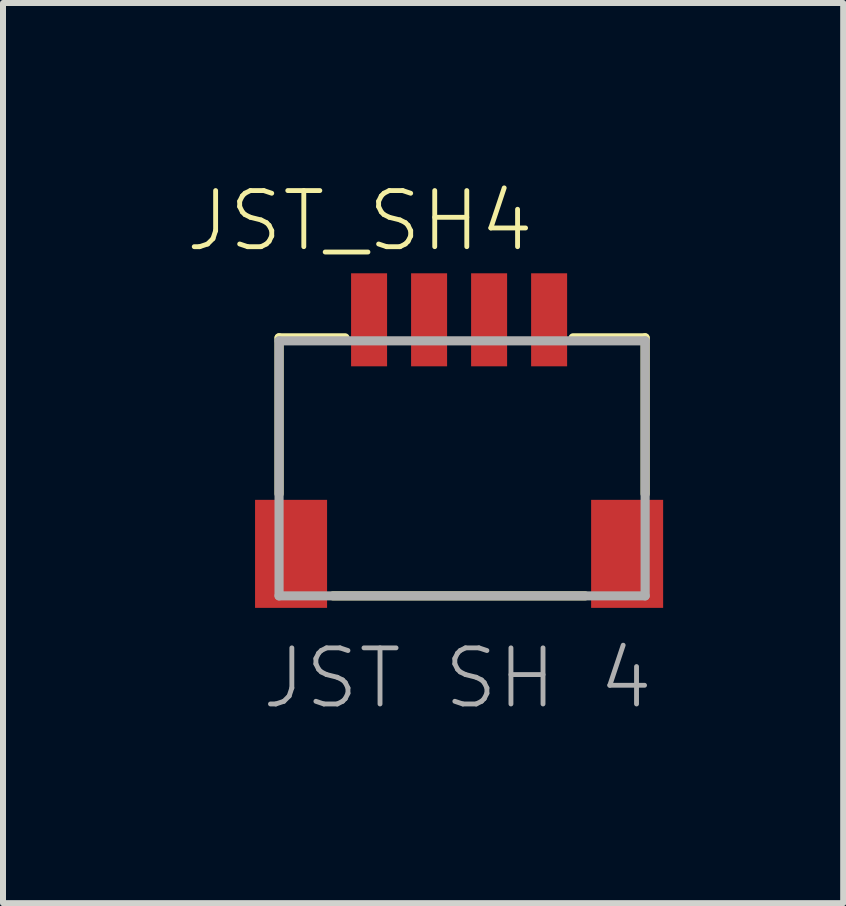
<source format=kicad_pcb>
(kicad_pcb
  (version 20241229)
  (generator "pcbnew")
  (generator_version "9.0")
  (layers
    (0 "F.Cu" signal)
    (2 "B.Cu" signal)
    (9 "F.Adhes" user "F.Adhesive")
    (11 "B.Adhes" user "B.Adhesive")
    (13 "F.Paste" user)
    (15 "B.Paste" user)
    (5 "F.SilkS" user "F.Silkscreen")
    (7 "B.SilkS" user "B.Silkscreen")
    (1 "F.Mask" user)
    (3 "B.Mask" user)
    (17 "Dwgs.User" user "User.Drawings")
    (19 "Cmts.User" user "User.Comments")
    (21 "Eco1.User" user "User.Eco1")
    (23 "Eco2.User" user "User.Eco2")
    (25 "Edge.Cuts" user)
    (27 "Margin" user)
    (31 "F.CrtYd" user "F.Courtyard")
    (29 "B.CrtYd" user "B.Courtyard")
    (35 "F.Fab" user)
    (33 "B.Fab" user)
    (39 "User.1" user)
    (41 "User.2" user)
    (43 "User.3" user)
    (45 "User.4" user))
  (footprint "JST_SH4"
    (layer "F.Cu")
    (at 4.6 4.793)
    (property "Reference" "JST_SH4" (at -4.6 -3.614 0) (unlocked yes) (layer "F.SilkS") (effects (font (size 0.935 0.935) (thickness 0.081)) (justify left bottom)))
    (fp_line (start -3 -2.214) (end -1.9 -2.214) (stroke (width 0.152) (type solid)) (layer "F.SilkS"))
    (fp_line (start -3 0.386) (end -3 -2.214) (stroke (width 0.152) (type solid)) (layer "F.SilkS"))
    (fp_line (start -2.1 2.086) (end 2.1 2.086) (stroke (width 0.152) (type solid)) (layer "F.SilkS"))
    (fp_line (start 1.9 -2.214) (end 3.1 -2.214) (stroke (width 0.152) (type solid)) (layer "F.SilkS"))
    (fp_line (start 3.1 -2.214) (end 3.1 0.386) (stroke (width 0.152) (type solid)) (layer "F.SilkS"))
    (fp_line (start -3 -2.164) (end 3.1 -2.164) (stroke (width 0.152) (type solid)) (layer "F.Fab"))
    (fp_line (start -3 2.086) (end -3 -2.164) (stroke (width 0.152) (type solid)) (layer "F.Fab"))
    (fp_line (start 3.1 -2.164) (end 3.1 2.086) (stroke (width 0.152) (type solid)) (layer "F.Fab"))
    (fp_line (start 3.1 2.086) (end -3 2.086) (stroke (width 0.152) (type solid)) (layer "F.Fab"))
    (fp_text user "JST SH 4" (at -3.33 4.006 0) (layer "F.Fab") (effects (font (size 0.935 0.935) (thickness 0.081)) (justify left bottom)))
    (pad "1" smd rect (at -1.5 -2.514 90) (size 1.55 0.6) (layers "F.Cu" "F.Mask" "F.Paste"))
    (pad "2" smd rect (at -0.5 -2.514 90) (size 1.55 0.6) (layers "F.Cu" "F.Mask" "F.Paste"))
    (pad "3" smd rect (at 0.5 -2.514 90) (size 1.55 0.6) (layers "F.Cu" "F.Mask" "F.Paste"))
    (pad "4" smd rect (at 1.5 -2.514 90) (size 1.55 0.6) (layers "F.Cu" "F.Mask" "F.Paste"))
    (pad "MT1" smd rect (at -2.8 1.386 90) (size 1.8 1.2) (layers "F.Cu" "F.Mask" "F.Paste"))
    (pad "MT2" smd rect (at 2.8 1.386 90) (size 1.8 1.2) (layers "F.Cu" "F.Mask" "F.Paste")))
  (gr_rect
    (start -3 -3)
    (end 11 11.999)
    (stroke (width 0.1) (type default))
    (fill no)
    (layer "Edge.Cuts")))
</source>
